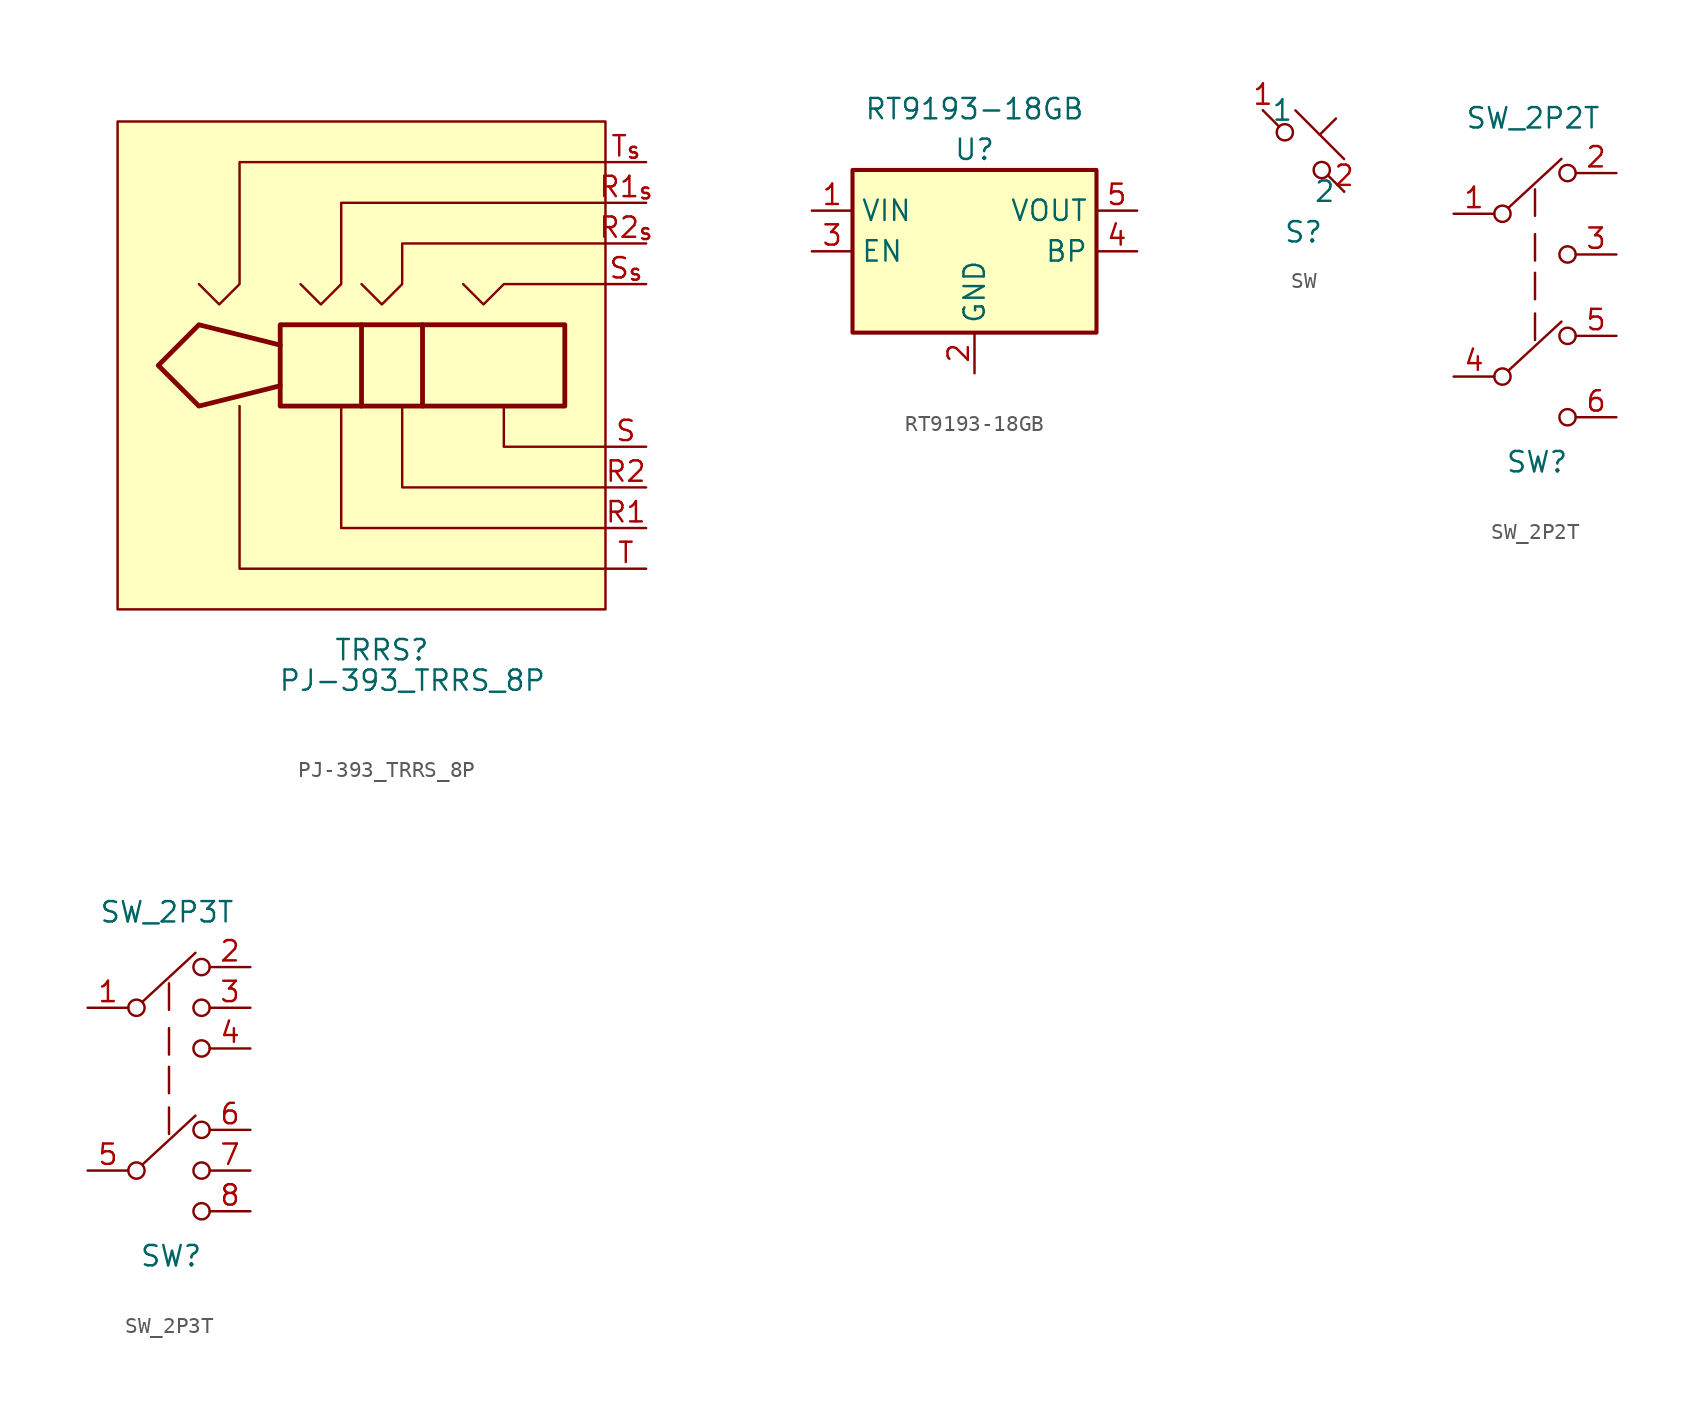
<source format=kicad_sym>
(kicad_symbol_lib
  (version 20220914)
  (generator kicad_symbol_editor)
  (symbol "PJ-393_TRRS_8P"
    (property "Reference" "TRRS"
      (at 0 -17.78 0)
      (effects (font (size 1.27 1.27))))
    (property "Value" "PJ-393_TRRS_8P"
      (at 1.905 -19.685 0)
      (effects (font (size 1.27 1.27))))
    (symbol "PJ-393_TRRS_8P_0_0"
      (pin bidirectional line (at 16.51 10.16 180) (length 2.54) (name "" (effects (font (size 1.27 1.27)))) (number "R1_{s}" (effects (font (size 1.27 1.27)))))
      (pin bidirectional line (at 16.51 -7.62 180) (length 2.54) (name "" (effects (font (size 1.27 1.27)))) (number "R2" (effects (font (size 1.27 1.27)))))
      (pin bidirectional line (at 16.51 7.62 180) (length 2.54) (name "" (effects (font (size 1.27 1.27)))) (number "R2_{s}" (effects (font (size 1.27 1.27)))))
      (pin bidirectional line (at 16.51 -5.08 180) (length 2.54) (name "" (effects (font (size 1.27 1.27)))) (number "S" (effects (font (size 1.27 1.27)))))
      (pin bidirectional line (at 16.51 5.08 180) (length 2.54) (name "" (effects (font (size 1.27 1.27)))) (number "S_{s}" (effects (font (size 1.27 1.27)))))
      (pin bidirectional line (at 16.51 -12.7 180) (length 2.54) (name "" (effects (font (size 1.27 1.27)))) (number "T" (effects (font (size 1.27 1.27)))))
      (pin bidirectional line (at 16.51 12.7 180) (length 2.54) (name "" (effects (font (size 1.27 1.27)))) (number "T_{s}" (effects (font (size 1.27 1.27))))))
    (symbol "PJ-393_TRRS_8P_0_1"
      (rectangle (start -16.51 15.24) (end 13.97 -15.24) (stroke (width 0) (type default)) (fill (type background)))
      (polyline (pts (xy -6.35 1.27) (xy -6.35 -1.27)) (stroke (width 0.3) (type default)) (fill (type none)))
      (polyline (pts (xy -1.27 2.54) (xy -1.27 -2.54)) (stroke (width 0.3) (type default)) (fill (type none)))
      (polyline (pts (xy 2.54 2.54) (xy 2.54 -2.54)) (stroke (width 0.3) (type default)) (fill (type none)))
      (polyline (pts (xy 13.97 -12.7) (xy -8.89 -12.7) (xy -8.89 -2.54)) (stroke (width 0) (type default)) (fill (type none)))
      (polyline (pts (xy 13.97 -10.16) (xy -2.54 -10.16) (xy -2.54 -2.54)) (stroke (width 0) (type default)) (fill (type none)))
      (polyline (pts (xy 13.97 -7.62) (xy 1.27 -7.62) (xy 1.27 -2.54)) (stroke (width 0) (type default)) (fill (type none)))
      (polyline (pts (xy 13.97 -5.08) (xy 7.62 -5.08) (xy 7.62 -2.54)) (stroke (width 0) (type default)) (fill (type none)))
      (polyline (pts (xy 13.97 5.08) (xy 7.62 5.08) (xy 6.35 3.81) (xy 5.08 5.08)) (stroke (width 0) (type default)) (fill (type none)))
      (polyline (pts (xy 13.97 7.62) (xy 1.27 7.62) (xy 1.27 5.08) (xy 0 3.81) (xy -1.27 5.08)) (stroke (width 0) (type default)) (fill (type none)))
      (polyline (pts (xy 13.97 10.16) (xy -2.54 10.16) (xy -2.54 5.08) (xy -3.81 3.81) (xy -5.08 5.08)) (stroke (width 0) (type default)) (fill (type none)))
      (polyline (pts (xy 13.97 12.7) (xy -8.89 12.7) (xy -8.89 5.08) (xy -10.16 3.81) (xy -11.43 5.08)) (stroke (width 0) (type default)) (fill (type none)))
      (polyline (pts (xy -13.97 0) (xy -11.43 2.54) (xy -6.35 1.27) (xy -6.35 2.54) (xy 11.43 2.54) (xy 11.43 -2.54) (xy -6.35 -2.54) (xy -6.35 -1.27) (xy -11.43 -2.54) (xy -13.97 0)) (stroke (width 0.3) (type default)) (fill (type none))))
    (symbol "PJ-393_TRRS_8P_1_1"
      (pin bidirectional line (at 16.51 -10.16 180) (length 2.54) (name "" (effects (font (size 1.27 1.27)))) (number "R1" (effects (font (size 1.27 1.27)))))))
  (symbol "RT9193-18GB"
    (property "Reference" "U"
      (at 0 6.35 0)
      (effects (font (size 1.27 1.27))))
    (property "Value" "RT9193-18GB"
      (at 0 8.89 0)
      (effects (font (size 1.27 1.27))))
    (symbol "RT9193-18GB_1_1"
      (rectangle (start -7.62 5.08) (end 7.62 -5.08) (stroke (width 0.254) (type default)) (fill (type background)))
      (pin power_in line (at -10.16 2.54 0) (length 2.54) (name "VIN" (effects (font (size 1.27 1.27)))) (number "1" (effects (font (size 1.27 1.27)))))
      (pin power_in line (at 0 -7.62 90) (length 2.54) (name "GND" (effects (font (size 1.27 1.27)))) (number "2" (effects (font (size 1.27 1.27)))))
      (pin input line (at -10.16 0 0) (length 2.54) (name "EN" (effects (font (size 1.27 1.27)))) (number "3" (effects (font (size 1.27 1.27)))))
      (pin input line (at 10.16 0 180) (length 2.54) (name "BP" (effects (font (size 1.27 1.27)))) (number "4" (effects (font (size 1.27 1.27)))))
      (pin power_out line (at 10.16 2.54 180) (length 2.54) (name "VOUT" (effects (font (size 1.27 1.27)))) (number "5" (effects (font (size 1.27 1.27)))))))
  (symbol "SW"
    (property "Reference" "S"
      (at 0 -5.08 0)
      (effects (font (size 1.27 1.27))))
    (property "Value" ""
      (at -1.27 1.27 0)
      (effects (font (size 1.27 1.27))))
    (symbol "SW_0_1"
      (circle (center -1.168 1.168) (radius 0.508) (stroke (width 0) (type default)) (fill (type none)))
      (polyline (pts (xy -0.508 2.54) (xy 2.54 -0.508)) (stroke (width 0) (type default)) (fill (type none)))
      (polyline (pts (xy 1.016 1.016) (xy 2.032 2.032)) (stroke (width 0) (type default)) (fill (type none)))
      (polyline (pts (xy -2.54 2.54) (xy -1.524 1.524) (xy -1.524 1.524)) (stroke (width 0) (type default)) (fill (type none)))
      (polyline (pts (xy 1.524 -1.524) (xy 2.54 -2.54) (xy 2.54 -2.54) (xy 2.54 -2.54)) (stroke (width 0) (type default)) (fill (type none)))
      (circle (center 1.143 -1.194) (radius 0.508) (stroke (width 0) (type default)) (fill (type none))))
    (symbol "SW_1_1"
      (pin passive line (at -2.54 2.54 0) (length 0) (name "1" (effects (font (size 1.27 1.27)))) (number "1" (effects (font (size 1.27 1.27)))) (alternate "2" passive line))
      (pin passive line (at 2.54 -2.54 180) (length 0) (name "2" (effects (font (size 1.27 1.27)))) (number "2" (effects (font (size 1.27 1.27)))) (alternate "2" passive line))))
  (symbol "SW_2P2T"
    (property "Reference" "SW"
      (at 0.127 -10.414 0)
      (effects (font (size 1.27 1.27))))
    (property "Value" "SW_2P2T"
      (at -0.127 11.049 0)
      (effects (font (size 1.27 1.27))))
    (symbol "SW_2P2T_0_1"
      (circle (center -2.032 -5.08) (radius 0.508) (stroke (width 0) (type default)) (fill (type none)))
      (circle (center -2.032 5.08) (radius 0.508) (stroke (width 0) (type default)) (fill (type none)))
      (polyline (pts (xy -1.651 -4.699) (xy 1.651 -1.651)) (stroke (width 0) (type default)) (fill (type none)))
      (polyline (pts (xy -1.651 5.461) (xy 1.651 8.509)) (stroke (width 0) (type default)) (fill (type none)))
      (polyline (pts (xy 0 -1.143) (xy 0 -2.794)) (stroke (width 0) (type default)) (fill (type none)))
      (polyline (pts (xy 0 1.397) (xy 0 -0.254)) (stroke (width 0) (type default)) (fill (type none)))
      (polyline (pts (xy 0 3.81) (xy 0 2.159)) (stroke (width 0) (type default)) (fill (type none)))
      (polyline (pts (xy 0 6.604) (xy 0 4.953)) (stroke (width 0) (type default)) (fill (type none)))
      (circle (center 2.032 -7.62) (radius 0.508) (stroke (width 0) (type default)) (fill (type none)))
      (circle (center 2.032 -2.54) (radius 0.508) (stroke (width 0) (type default)) (fill (type none)))
      (circle (center 2.032 2.54) (radius 0.508) (stroke (width 0) (type default)) (fill (type none)))
      (circle (center 2.032 7.62) (radius 0.508) (stroke (width 0) (type default)) (fill (type none))))
    (symbol "SW_2P2T_1_1"
      (pin passive line (at -5.08 5.08 0) (length 2.54) (name "" (effects (font (size 1.27 1.27)))) (number "1" (effects (font (size 1.27 1.27)))))
      (pin passive line (at 5.08 7.62 180) (length 2.54) (name "" (effects (font (size 1.27 1.27)))) (number "2" (effects (font (size 1.27 1.27)))))
      (pin passive line (at 5.08 2.54 180) (length 2.54) (name "" (effects (font (size 1.27 1.27)))) (number "3" (effects (font (size 1.27 1.27)))))
      (pin passive line (at -5.08 -5.08 0) (length 2.54) (name "" (effects (font (size 1.27 1.27)))) (number "4" (effects (font (size 1.27 1.27)))))
      (pin passive line (at 5.08 -2.54 180) (length 2.54) (name "" (effects (font (size 1.27 1.27)))) (number "5" (effects (font (size 1.27 1.27)))))
      (pin passive line (at 5.08 -7.62 180) (length 2.54) (name "" (effects (font (size 1.27 1.27)))) (number "6" (effects (font (size 1.27 1.27)))))))
  (symbol "SW_2P3T"
    (property "Reference" "SW"
      (at 0.127 -10.414 0)
      (effects (font (size 1.27 1.27))))
    (property "Value" "SW_2P3T"
      (at -0.127 11.049 0)
      (effects (font (size 1.27 1.27))))
    (symbol "SW_2P3T_0_1"
      (circle (center -2.032 -5.08) (radius 0.508) (stroke (width 0) (type default)) (fill (type none)))
      (circle (center -2.032 5.08) (radius 0.508) (stroke (width 0) (type default)) (fill (type none)))
      (polyline (pts (xy -1.651 -4.699) (xy 1.651 -1.651)) (stroke (width 0) (type default)) (fill (type none)))
      (polyline (pts (xy -1.651 5.461) (xy 1.651 8.509)) (stroke (width 0) (type default)) (fill (type none)))
      (polyline (pts (xy 0 -1.143) (xy 0 -2.794)) (stroke (width 0) (type default)) (fill (type none)))
      (polyline (pts (xy 0 1.397) (xy 0 -0.254)) (stroke (width 0) (type default)) (fill (type none)))
      (polyline (pts (xy 0 3.81) (xy 0 2.159)) (stroke (width 0) (type default)) (fill (type none)))
      (polyline (pts (xy 0 6.604) (xy 0 4.953)) (stroke (width 0) (type default)) (fill (type none)))
      (circle (center 2.032 -7.62) (radius 0.508) (stroke (width 0) (type default)) (fill (type none)))
      (circle (center 2.032 -5.08) (radius 0.508) (stroke (width 0) (type default)) (fill (type none)))
      (circle (center 2.032 -2.54) (radius 0.508) (stroke (width 0) (type default)) (fill (type none)))
      (circle (center 2.032 2.54) (radius 0.508) (stroke (width 0) (type default)) (fill (type none)))
      (circle (center 2.032 5.08) (radius 0.508) (stroke (width 0) (type default)) (fill (type none)))
      (circle (center 2.032 7.62) (radius 0.508) (stroke (width 0) (type default)) (fill (type none))))
    (symbol "SW_2P3T_1_1"
      (pin passive line (at -5.08 5.08 0) (length 2.54) (name "" (effects (font (size 1.27 1.27)))) (number "1" (effects (font (size 1.27 1.27)))))
      (pin passive line (at 5.08 7.62 180) (length 2.54) (name "" (effects (font (size 1.27 1.27)))) (number "2" (effects (font (size 1.27 1.27)))))
      (pin passive line (at 5.08 5.08 180) (length 2.54) (name "" (effects (font (size 1.27 1.27)))) (number "3" (effects (font (size 1.27 1.27)))))
      (pin passive line (at 5.08 2.54 180) (length 2.54) (name "" (effects (font (size 1.27 1.27)))) (number "4" (effects (font (size 1.27 1.27)))))
      (pin passive line (at -5.08 -5.08 0) (length 2.54) (name "" (effects (font (size 1.27 1.27)))) (number "5" (effects (font (size 1.27 1.27)))))
      (pin passive line (at 5.08 -2.54 180) (length 2.54) (name "" (effects (font (size 1.27 1.27)))) (number "6" (effects (font (size 1.27 1.27)))))
      (pin passive line (at 5.08 -5.08 180) (length 2.54) (name "" (effects (font (size 1.27 1.27)))) (number "7" (effects (font (size 1.27 1.27)))))
      (pin passive line (at 5.08 -7.62 180) (length 2.54) (name "" (effects (font (size 1.27 1.27)))) (number "8" (effects (font (size 1.27 1.27))))))))
</source>
